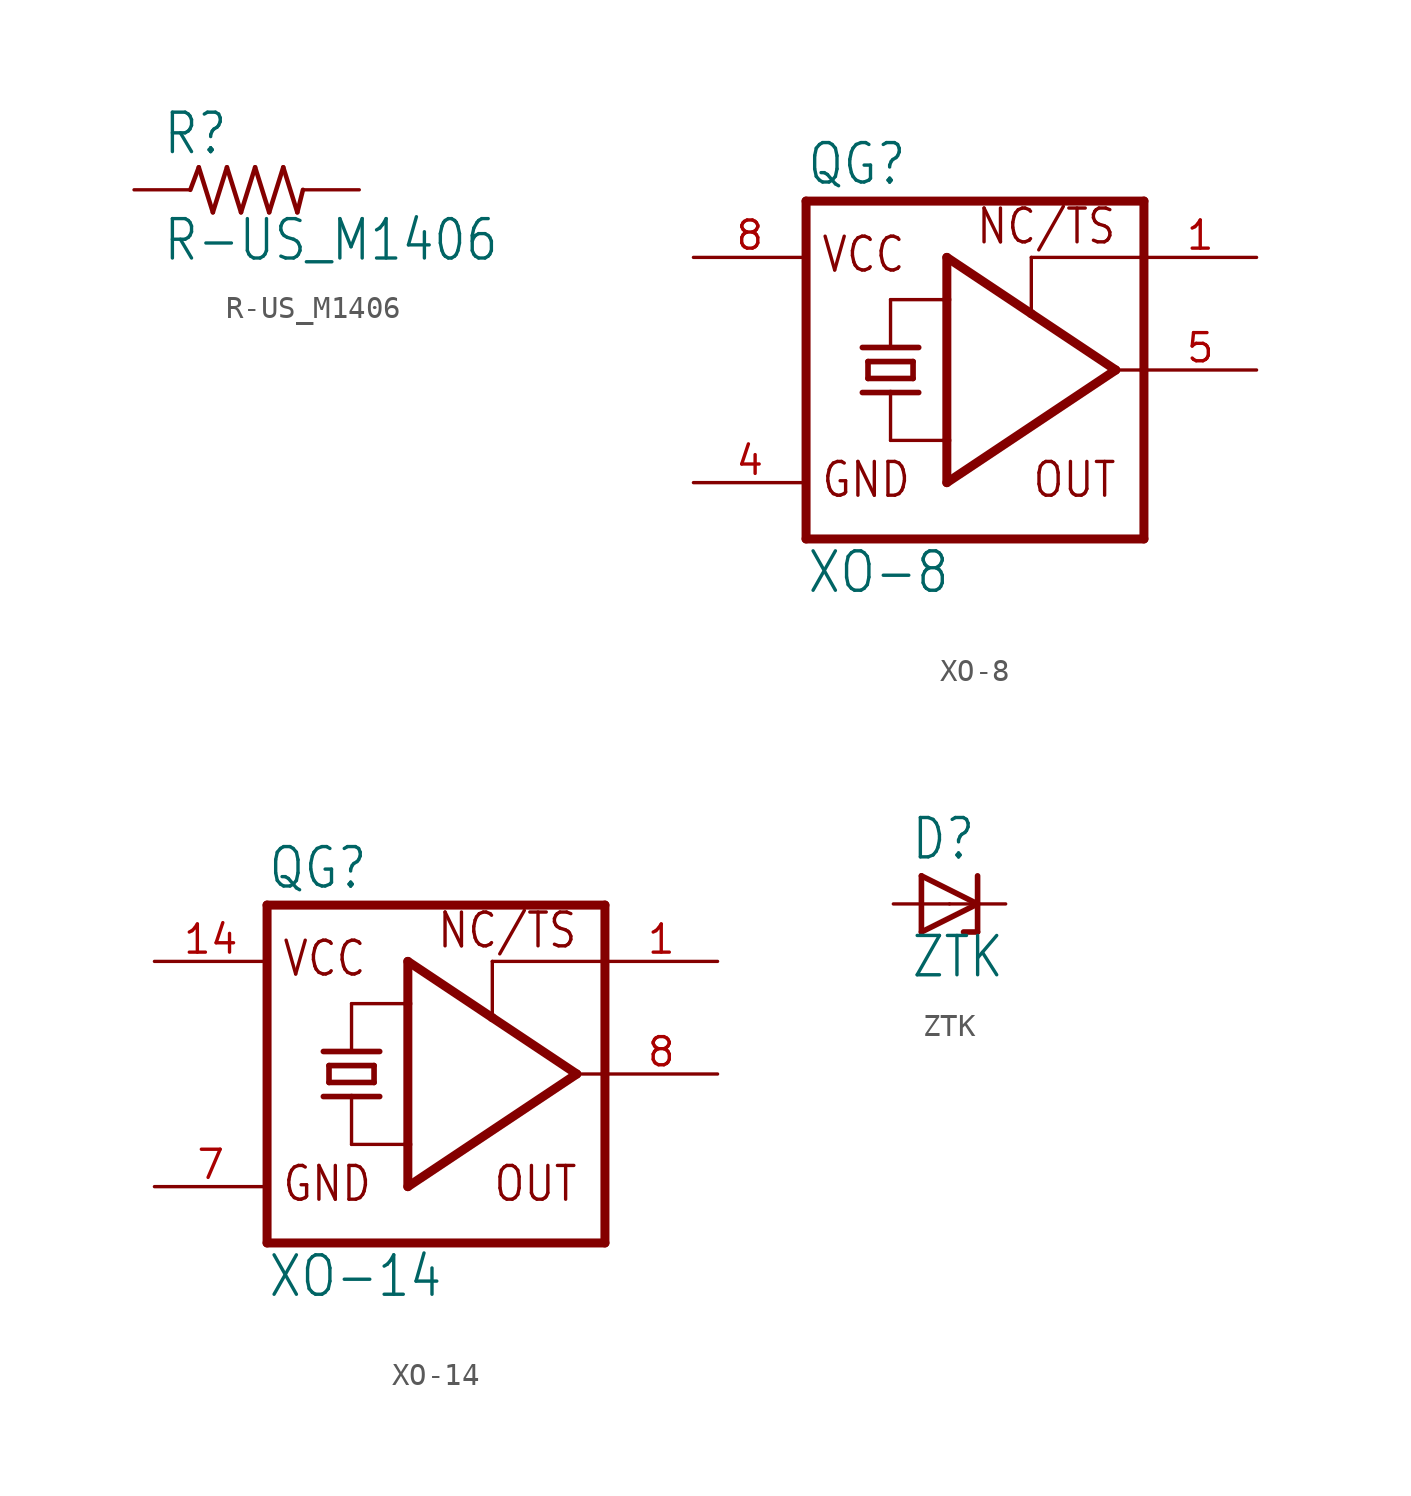
<source format=kicad_sym>
(kicad_symbol_lib
  (version 20211014)
  (generator kicad_symbol_editor)
  (symbol "R-US_M1406"
    (property "Reference" "R"
      (at -3.81 1.499 0)
      (effects (font (size 1.778 1.511)) (justify left bottom)))
    (property "Value" "R-US_M1406"
      (at -3.81 -3.302 0)
      (effects (font (size 1.778 1.511)) (justify left bottom)))
    (property "ki_locked" ""
      (at 0 0 0)
      (effects (font (size 1.27 1.27))))
    (symbol "R-US_M1406_1_0"
      (polyline (pts (xy -2.54 0) (xy -2.159 1.016)) (stroke (width 0.203) (type default) (color 0 0 0 0)) (fill (type none)))
      (polyline (pts (xy -2.159 1.016) (xy -1.524 -1.016)) (stroke (width 0.203) (type default) (color 0 0 0 0)) (fill (type none)))
      (polyline (pts (xy -1.524 -1.016) (xy -0.889 1.016)) (stroke (width 0.203) (type default) (color 0 0 0 0)) (fill (type none)))
      (polyline (pts (xy -0.889 1.016) (xy -0.254 -1.016)) (stroke (width 0.203) (type default) (color 0 0 0 0)) (fill (type none)))
      (polyline (pts (xy -0.254 -1.016) (xy 0.381 1.016)) (stroke (width 0.203) (type default) (color 0 0 0 0)) (fill (type none)))
      (polyline (pts (xy 0.381 1.016) (xy 1.016 -1.016)) (stroke (width 0.203) (type default) (color 0 0 0 0)) (fill (type none)))
      (polyline (pts (xy 1.016 -1.016) (xy 1.651 1.016)) (stroke (width 0.203) (type default) (color 0 0 0 0)) (fill (type none)))
      (polyline (pts (xy 1.651 1.016) (xy 2.286 -1.016)) (stroke (width 0.203) (type default) (color 0 0 0 0)) (fill (type none)))
      (polyline (pts (xy 2.286 -1.016) (xy 2.54 0)) (stroke (width 0.203) (type default) (color 0 0 0 0)) (fill (type none)))
      (pin passive line (at -5.08 0 0) (length 2.54) (name "1" (effects (font (size 0 0)))) (number "1" (effects (font (size 0 0)))))
      (pin passive line (at 5.08 0 180) (length 2.54) (name "2" (effects (font (size 0 0)))) (number "2" (effects (font (size 0 0)))))))
  (symbol "XO-8"
    (property "Reference" "QG"
      (at -7.62 8.255 0)
      (effects (font (size 1.778 1.511)) (justify left bottom)))
    (property "Value" "XO-8"
      (at -7.62 -10.16 0)
      (effects (font (size 1.778 1.511)) (justify left bottom)))
    (property "ki_locked" ""
      (at 0 0 0)
      (effects (font (size 1.27 1.27))))
    (symbol "XO-8_1_0"
      (polyline (pts (xy -7.62 7.62) (xy -7.62 -7.62)) (stroke (width 0.406) (type default) (color 0 0 0 0)) (fill (type none)))
      (polyline (pts (xy -7.62 7.62) (xy 7.62 7.62)) (stroke (width 0.406) (type default) (color 0 0 0 0)) (fill (type none)))
      (polyline (pts (xy -5.08 -1.016) (xy -3.81 -1.016)) (stroke (width 0.254) (type default) (color 0 0 0 0)) (fill (type none)))
      (polyline (pts (xy -5.08 1.016) (xy -2.54 1.016)) (stroke (width 0.254) (type default) (color 0 0 0 0)) (fill (type none)))
      (polyline (pts (xy -4.826 -0.381) (xy -4.826 0.381)) (stroke (width 0.254) (type default) (color 0 0 0 0)) (fill (type none)))
      (polyline (pts (xy -4.826 -0.381) (xy -2.794 -0.381)) (stroke (width 0.254) (type default) (color 0 0 0 0)) (fill (type none)))
      (polyline (pts (xy -4.826 0.381) (xy -2.794 0.381)) (stroke (width 0.254) (type default) (color 0 0 0 0)) (fill (type none)))
      (polyline (pts (xy -3.81 -3.175) (xy -3.81 -1.016)) (stroke (width 0.152) (type default) (color 0 0 0 0)) (fill (type none)))
      (polyline (pts (xy -3.81 -3.175) (xy -1.27 -3.175)) (stroke (width 0.152) (type default) (color 0 0 0 0)) (fill (type none)))
      (polyline (pts (xy -3.81 -1.016) (xy -2.54 -1.016)) (stroke (width 0.254) (type default) (color 0 0 0 0)) (fill (type none)))
      (polyline (pts (xy -3.81 1.016) (xy -3.81 3.175)) (stroke (width 0.152) (type default) (color 0 0 0 0)) (fill (type none)))
      (polyline (pts (xy -3.81 3.175) (xy -1.27 3.175)) (stroke (width 0.152) (type default) (color 0 0 0 0)) (fill (type none)))
      (polyline (pts (xy -2.794 0.381) (xy -2.794 -0.381)) (stroke (width 0.254) (type default) (color 0 0 0 0)) (fill (type none)))
      (polyline (pts (xy -1.27 -5.08) (xy -1.27 -3.175)) (stroke (width 0.406) (type default) (color 0 0 0 0)) (fill (type none)))
      (polyline (pts (xy -1.27 -3.175) (xy -1.27 3.175)) (stroke (width 0.406) (type default) (color 0 0 0 0)) (fill (type none)))
      (polyline (pts (xy -1.27 3.175) (xy -1.27 5.08)) (stroke (width 0.406) (type default) (color 0 0 0 0)) (fill (type none)))
      (polyline (pts (xy -1.27 5.08) (xy 2.54 2.54)) (stroke (width 0.406) (type default) (color 0 0 0 0)) (fill (type none)))
      (polyline (pts (xy 2.54 2.54) (xy 6.35 0)) (stroke (width 0.406) (type default) (color 0 0 0 0)) (fill (type none)))
      (polyline (pts (xy 2.54 5.08) (xy 2.54 2.54)) (stroke (width 0.152) (type default) (color 0 0 0 0)) (fill (type none)))
      (polyline (pts (xy 6.35 0) (xy -1.27 -5.08)) (stroke (width 0.406) (type default) (color 0 0 0 0)) (fill (type none)))
      (polyline (pts (xy 6.35 0) (xy 7.62 0)) (stroke (width 0.152) (type default) (color 0 0 0 0)) (fill (type none)))
      (polyline (pts (xy 7.62 -7.62) (xy -7.62 -7.62)) (stroke (width 0.406) (type default) (color 0 0 0 0)) (fill (type none)))
      (polyline (pts (xy 7.62 -7.62) (xy 7.62 0)) (stroke (width 0.406) (type default) (color 0 0 0 0)) (fill (type none)))
      (polyline (pts (xy 7.62 0) (xy 7.62 5.08)) (stroke (width 0.406) (type default) (color 0 0 0 0)) (fill (type none)))
      (polyline (pts (xy 7.62 5.08) (xy 2.54 5.08)) (stroke (width 0.152) (type default) (color 0 0 0 0)) (fill (type none)))
      (polyline (pts (xy 7.62 5.08) (xy 7.62 7.62)) (stroke (width 0.406) (type default) (color 0 0 0 0)) (fill (type none)))
      (text "GND" (at -6.985 -5.842 0) (effects (font (size 1.524 1.295)) (justify left bottom)))
      (text "NC/TS" (at 0 5.588 0) (effects (font (size 1.524 1.295)) (justify left bottom)))
      (text "OUT" (at 2.54 -5.842 0) (effects (font (size 1.524 1.295)) (justify left bottom)))
      (text "VCC" (at -6.985 4.318 0) (effects (font (size 1.524 1.295)) (justify left bottom)))
      (pin passive line (at 12.7 5.08 180) (length 5.08) (name "TS" (effects (font (size 0 0)))) (number "1" (effects (font (size 1.27 1.27)))))
      (pin power_in line (at -12.7 -5.08 0) (length 5.08) (name "GND" (effects (font (size 0 0)))) (number "4" (effects (font (size 1.27 1.27)))))
      (pin output line (at 12.7 0 180) (length 5.08) (name "OUT" (effects (font (size 0 0)))) (number "5" (effects (font (size 1.27 1.27)))))
      (pin power_in line (at -12.7 5.08 0) (length 5.08) (name "VCC" (effects (font (size 0 0)))) (number "8" (effects (font (size 1.27 1.27)))))))
  (symbol "XO-14"
    (property "Reference" "QG"
      (at -7.62 8.255 0)
      (effects (font (size 1.778 1.511)) (justify left bottom)))
    (property "Value" "XO-14"
      (at -7.62 -10.16 0)
      (effects (font (size 1.778 1.511)) (justify left bottom)))
    (property "ki_locked" ""
      (at 0 0 0)
      (effects (font (size 1.27 1.27))))
    (symbol "XO-14_1_0"
      (polyline (pts (xy -7.62 7.62) (xy -7.62 -7.62)) (stroke (width 0.406) (type default) (color 0 0 0 0)) (fill (type none)))
      (polyline (pts (xy -7.62 7.62) (xy 7.62 7.62)) (stroke (width 0.406) (type default) (color 0 0 0 0)) (fill (type none)))
      (polyline (pts (xy -5.08 -1.016) (xy -3.81 -1.016)) (stroke (width 0.254) (type default) (color 0 0 0 0)) (fill (type none)))
      (polyline (pts (xy -5.08 1.016) (xy -2.54 1.016)) (stroke (width 0.254) (type default) (color 0 0 0 0)) (fill (type none)))
      (polyline (pts (xy -4.826 -0.381) (xy -4.826 0.381)) (stroke (width 0.254) (type default) (color 0 0 0 0)) (fill (type none)))
      (polyline (pts (xy -4.826 -0.381) (xy -2.794 -0.381)) (stroke (width 0.254) (type default) (color 0 0 0 0)) (fill (type none)))
      (polyline (pts (xy -4.826 0.381) (xy -2.794 0.381)) (stroke (width 0.254) (type default) (color 0 0 0 0)) (fill (type none)))
      (polyline (pts (xy -3.81 -3.175) (xy -3.81 -1.016)) (stroke (width 0.152) (type default) (color 0 0 0 0)) (fill (type none)))
      (polyline (pts (xy -3.81 -3.175) (xy -1.27 -3.175)) (stroke (width 0.152) (type default) (color 0 0 0 0)) (fill (type none)))
      (polyline (pts (xy -3.81 -1.016) (xy -2.54 -1.016)) (stroke (width 0.254) (type default) (color 0 0 0 0)) (fill (type none)))
      (polyline (pts (xy -3.81 1.016) (xy -3.81 3.175)) (stroke (width 0.152) (type default) (color 0 0 0 0)) (fill (type none)))
      (polyline (pts (xy -3.81 3.175) (xy -1.27 3.175)) (stroke (width 0.152) (type default) (color 0 0 0 0)) (fill (type none)))
      (polyline (pts (xy -2.794 0.381) (xy -2.794 -0.381)) (stroke (width 0.254) (type default) (color 0 0 0 0)) (fill (type none)))
      (polyline (pts (xy -1.27 -5.08) (xy -1.27 -3.175)) (stroke (width 0.406) (type default) (color 0 0 0 0)) (fill (type none)))
      (polyline (pts (xy -1.27 -3.175) (xy -1.27 3.175)) (stroke (width 0.406) (type default) (color 0 0 0 0)) (fill (type none)))
      (polyline (pts (xy -1.27 3.175) (xy -1.27 5.08)) (stroke (width 0.406) (type default) (color 0 0 0 0)) (fill (type none)))
      (polyline (pts (xy -1.27 5.08) (xy 2.54 2.54)) (stroke (width 0.406) (type default) (color 0 0 0 0)) (fill (type none)))
      (polyline (pts (xy 2.54 2.54) (xy 6.35 0)) (stroke (width 0.406) (type default) (color 0 0 0 0)) (fill (type none)))
      (polyline (pts (xy 2.54 5.08) (xy 2.54 2.54)) (stroke (width 0.152) (type default) (color 0 0 0 0)) (fill (type none)))
      (polyline (pts (xy 6.35 0) (xy -1.27 -5.08)) (stroke (width 0.406) (type default) (color 0 0 0 0)) (fill (type none)))
      (polyline (pts (xy 6.35 0) (xy 7.62 0)) (stroke (width 0.152) (type default) (color 0 0 0 0)) (fill (type none)))
      (polyline (pts (xy 7.62 -7.62) (xy -7.62 -7.62)) (stroke (width 0.406) (type default) (color 0 0 0 0)) (fill (type none)))
      (polyline (pts (xy 7.62 -7.62) (xy 7.62 0)) (stroke (width 0.406) (type default) (color 0 0 0 0)) (fill (type none)))
      (polyline (pts (xy 7.62 0) (xy 7.62 5.08)) (stroke (width 0.406) (type default) (color 0 0 0 0)) (fill (type none)))
      (polyline (pts (xy 7.62 5.08) (xy 2.54 5.08)) (stroke (width 0.152) (type default) (color 0 0 0 0)) (fill (type none)))
      (polyline (pts (xy 7.62 5.08) (xy 7.62 7.62)) (stroke (width 0.406) (type default) (color 0 0 0 0)) (fill (type none)))
      (text "GND" (at -6.985 -5.842 0) (effects (font (size 1.524 1.295)) (justify left bottom)))
      (text "NC/TS" (at 0 5.588 0) (effects (font (size 1.524 1.295)) (justify left bottom)))
      (text "OUT" (at 2.54 -5.842 0) (effects (font (size 1.524 1.295)) (justify left bottom)))
      (text "VCC" (at -6.985 4.318 0) (effects (font (size 1.524 1.295)) (justify left bottom)))
      (pin passive line (at 12.7 5.08 180) (length 5.08) (name "TS" (effects (font (size 0 0)))) (number "1" (effects (font (size 1.27 1.27)))))
      (pin power_in line (at -12.7 5.08 0) (length 5.08) (name "VCC" (effects (font (size 0 0)))) (number "14" (effects (font (size 1.27 1.27)))))
      (pin power_in line (at -12.7 -5.08 0) (length 5.08) (name "GND" (effects (font (size 0 0)))) (number "7" (effects (font (size 1.27 1.27)))))
      (pin output line (at 12.7 0 180) (length 5.08) (name "OUT" (effects (font (size 0 0)))) (number "8" (effects (font (size 1.27 1.27)))))))
  (symbol "ZTK"
    (property "Reference" "D"
      (at -1.778 1.905 0)
      (effects (font (size 1.778 1.511)) (justify left bottom)))
    (property "Value" "ZTK"
      (at -1.778 -3.429 0)
      (effects (font (size 1.778 1.511)) (justify left bottom)))
    (property "ki_locked" ""
      (at 0 0 0)
      (effects (font (size 1.27 1.27))))
    (symbol "ZTK_1_0"
      (polyline (pts (xy -1.27 -1.27) (xy 1.27 0)) (stroke (width 0.254) (type default) (color 0 0 0 0)) (fill (type none)))
      (polyline (pts (xy -1.27 1.27) (xy -1.27 -1.27)) (stroke (width 0.254) (type default) (color 0 0 0 0)) (fill (type none)))
      (polyline (pts (xy 1.27 -1.27) (xy 0.635 -1.27)) (stroke (width 0.254) (type default) (color 0 0 0 0)) (fill (type none)))
      (polyline (pts (xy 1.27 0) (xy -1.27 1.27)) (stroke (width 0.254) (type default) (color 0 0 0 0)) (fill (type none)))
      (polyline (pts (xy 1.27 0) (xy 1.27 -1.27)) (stroke (width 0.254) (type default) (color 0 0 0 0)) (fill (type none)))
      (polyline (pts (xy 1.27 1.27) (xy 1.27 0)) (stroke (width 0.254) (type default) (color 0 0 0 0)) (fill (type none)))
      (pin passive line (at -2.54 0 0) (length 2.54) (name "A" (effects (font (size 0 0)))) (number "A" (effects (font (size 0 0)))))
      (pin passive line (at 2.54 0 180) (length 2.54) (name "C" (effects (font (size 0 0)))) (number "C" (effects (font (size 0 0))))))))
</source>
